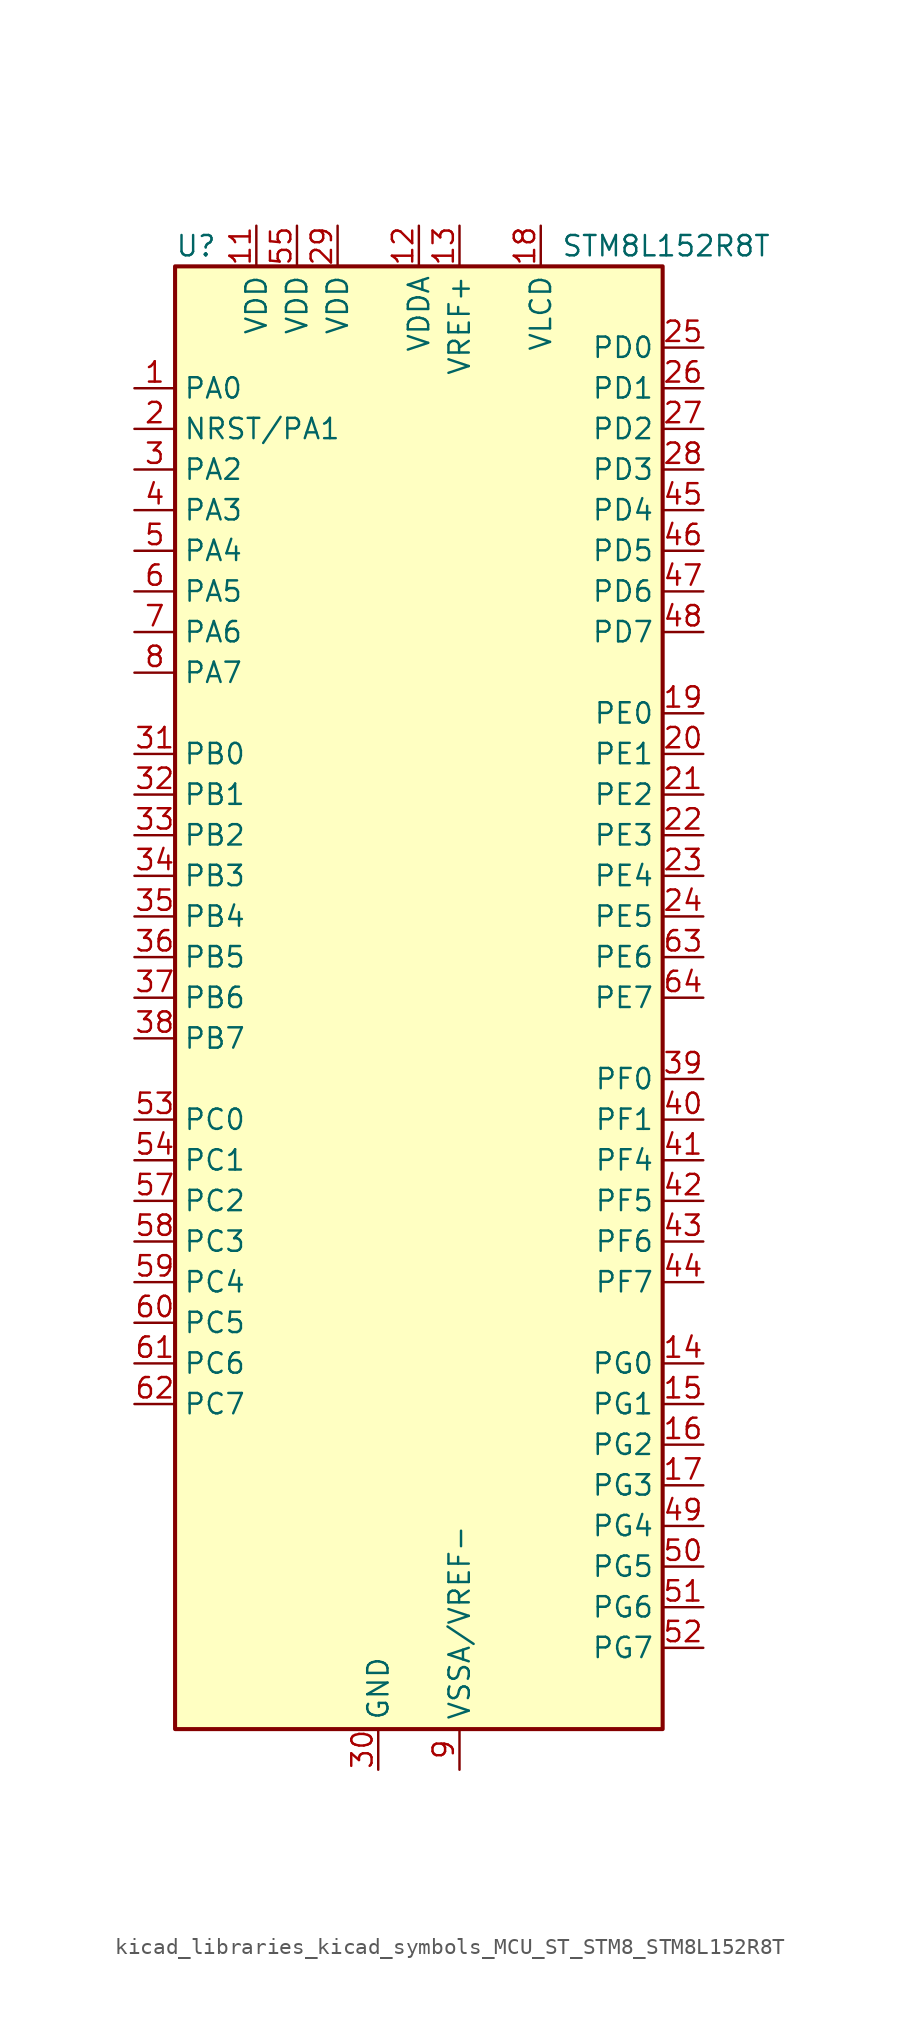
<source format=kicad_sym>
(kicad_symbol_lib
  (version 20220914)
  (generator kicad_symbol_editor)
  (symbol "kicad_libraries_kicad_symbols_MCU_ST_STM8_STM8L152R8T"
    (property "Reference" "U"
      (at -15.24 46.99 0)
      (effects (font (size 1.27 1.27)) (justify left)))
    (property "Value" "STM8L152R8T"
      (at 8.89 46.99 0)
      (effects (font (size 1.27 1.27)) (justify left)))
    (symbol "kicad_libraries_kicad_symbols_MCU_ST_STM8_STM8L152R8T_0_0"
      (pin passive line (at -2.54 -48.26 90) (length 2.54) hide (name "GND" (effects (font (size 1.27 1.27)))) (number "10" (effects (font (size 1.27 1.27)))))
      (pin bidirectional line (at 17.78 12.7 180) (length 2.54) (name "PE2" (effects (font (size 1.27 1.27)))) (number "21" (effects (font (size 1.27 1.27)))))
      (pin bidirectional line (at 17.78 10.16 180) (length 2.54) (name "PE3" (effects (font (size 1.27 1.27)))) (number "22" (effects (font (size 1.27 1.27)))))
      (pin bidirectional line (at 17.78 7.62 180) (length 2.54) (name "PE4" (effects (font (size 1.27 1.27)))) (number "23" (effects (font (size 1.27 1.27)))))
      (pin bidirectional line (at 17.78 5.08 180) (length 2.54) (name "PE5" (effects (font (size 1.27 1.27)))) (number "24" (effects (font (size 1.27 1.27)))))
      (pin bidirectional line (at 17.78 40.64 180) (length 2.54) (name "PD0" (effects (font (size 1.27 1.27)))) (number "25" (effects (font (size 1.27 1.27)))))
      (pin bidirectional line (at 17.78 38.1 180) (length 2.54) (name "PD1" (effects (font (size 1.27 1.27)))) (number "26" (effects (font (size 1.27 1.27)))))
      (pin bidirectional line (at 17.78 35.56 180) (length 2.54) (name "PD2" (effects (font (size 1.27 1.27)))) (number "27" (effects (font (size 1.27 1.27)))))
      (pin bidirectional line (at 17.78 33.02 180) (length 2.54) (name "PD3" (effects (font (size 1.27 1.27)))) (number "28" (effects (font (size 1.27 1.27)))))
      (pin power_in line (at -5.08 48.26 270) (length 2.54) (name "VDD" (effects (font (size 1.27 1.27)))) (number "29" (effects (font (size 1.27 1.27)))))
      (pin power_in line (at -2.54 -48.26 90) (length 2.54) (name "GND" (effects (font (size 1.27 1.27)))) (number "30" (effects (font (size 1.27 1.27)))))
      (pin bidirectional line (at -17.78 15.24 0) (length 2.54) (name "PB0" (effects (font (size 1.27 1.27)))) (number "31" (effects (font (size 1.27 1.27)))))
      (pin bidirectional line (at -17.78 12.7 0) (length 2.54) (name "PB1" (effects (font (size 1.27 1.27)))) (number "32" (effects (font (size 1.27 1.27)))))
      (pin bidirectional line (at -17.78 10.16 0) (length 2.54) (name "PB2" (effects (font (size 1.27 1.27)))) (number "33" (effects (font (size 1.27 1.27)))))
      (pin bidirectional line (at -17.78 7.62 0) (length 2.54) (name "PB3" (effects (font (size 1.27 1.27)))) (number "34" (effects (font (size 1.27 1.27)))))
      (pin bidirectional line (at -17.78 5.08 0) (length 2.54) (name "PB4" (effects (font (size 1.27 1.27)))) (number "35" (effects (font (size 1.27 1.27)))))
      (pin bidirectional line (at -17.78 2.54 0) (length 2.54) (name "PB5" (effects (font (size 1.27 1.27)))) (number "36" (effects (font (size 1.27 1.27)))))
      (pin bidirectional line (at -17.78 0 0) (length 2.54) (name "PB6" (effects (font (size 1.27 1.27)))) (number "37" (effects (font (size 1.27 1.27)))))
      (pin bidirectional line (at -17.78 -2.54 0) (length 2.54) (name "PB7" (effects (font (size 1.27 1.27)))) (number "38" (effects (font (size 1.27 1.27)))))
      (pin bidirectional line (at 17.78 -5.08 180) (length 2.54) (name "PF0" (effects (font (size 1.27 1.27)))) (number "39" (effects (font (size 1.27 1.27)))))
      (pin bidirectional line (at 17.78 -7.62 180) (length 2.54) (name "PF1" (effects (font (size 1.27 1.27)))) (number "40" (effects (font (size 1.27 1.27)))))
      (pin bidirectional line (at 17.78 -10.16 180) (length 2.54) (name "PF4" (effects (font (size 1.27 1.27)))) (number "41" (effects (font (size 1.27 1.27)))))
      (pin bidirectional line (at 17.78 -12.7 180) (length 2.54) (name "PF5" (effects (font (size 1.27 1.27)))) (number "42" (effects (font (size 1.27 1.27)))))
      (pin bidirectional line (at 17.78 -15.24 180) (length 2.54) (name "PF6" (effects (font (size 1.27 1.27)))) (number "43" (effects (font (size 1.27 1.27)))))
      (pin bidirectional line (at 17.78 -17.78 180) (length 2.54) (name "PF7" (effects (font (size 1.27 1.27)))) (number "44" (effects (font (size 1.27 1.27)))))
      (pin bidirectional line (at 17.78 30.48 180) (length 2.54) (name "PD4" (effects (font (size 1.27 1.27)))) (number "45" (effects (font (size 1.27 1.27)))))
      (pin bidirectional line (at 17.78 27.94 180) (length 2.54) (name "PD5" (effects (font (size 1.27 1.27)))) (number "46" (effects (font (size 1.27 1.27)))))
      (pin bidirectional line (at 17.78 25.4 180) (length 2.54) (name "PD6" (effects (font (size 1.27 1.27)))) (number "47" (effects (font (size 1.27 1.27)))))
      (pin bidirectional line (at 17.78 22.86 180) (length 2.54) (name "PD7" (effects (font (size 1.27 1.27)))) (number "48" (effects (font (size 1.27 1.27)))))
      (pin bidirectional line (at 17.78 -33.02 180) (length 2.54) (name "PG4" (effects (font (size 1.27 1.27)))) (number "49" (effects (font (size 1.27 1.27)))))
      (pin bidirectional line (at 17.78 -35.56 180) (length 2.54) (name "PG5" (effects (font (size 1.27 1.27)))) (number "50" (effects (font (size 1.27 1.27)))))
      (pin bidirectional line (at 17.78 -38.1 180) (length 2.54) (name "PG6" (effects (font (size 1.27 1.27)))) (number "51" (effects (font (size 1.27 1.27)))))
      (pin bidirectional line (at 17.78 -40.64 180) (length 2.54) (name "PG7" (effects (font (size 1.27 1.27)))) (number "52" (effects (font (size 1.27 1.27)))))
      (pin bidirectional line (at -17.78 -7.62 0) (length 2.54) (name "PC0" (effects (font (size 1.27 1.27)))) (number "53" (effects (font (size 1.27 1.27)))))
      (pin bidirectional line (at -17.78 -10.16 0) (length 2.54) (name "PC1" (effects (font (size 1.27 1.27)))) (number "54" (effects (font (size 1.27 1.27)))))
      (pin power_in line (at -7.62 48.26 270) (length 2.54) (name "VDD" (effects (font (size 1.27 1.27)))) (number "55" (effects (font (size 1.27 1.27)))))
      (pin passive line (at -2.54 -48.26 90) (length 2.54) hide (name "GND" (effects (font (size 1.27 1.27)))) (number "56" (effects (font (size 1.27 1.27)))))
      (pin bidirectional line (at -17.78 -12.7 0) (length 2.54) (name "PC2" (effects (font (size 1.27 1.27)))) (number "57" (effects (font (size 1.27 1.27)))))
      (pin bidirectional line (at -17.78 -15.24 0) (length 2.54) (name "PC3" (effects (font (size 1.27 1.27)))) (number "58" (effects (font (size 1.27 1.27)))))
      (pin bidirectional line (at -17.78 -17.78 0) (length 2.54) (name "PC4" (effects (font (size 1.27 1.27)))) (number "59" (effects (font (size 1.27 1.27)))))
      (pin bidirectional line (at -17.78 -20.32 0) (length 2.54) (name "PC5" (effects (font (size 1.27 1.27)))) (number "60" (effects (font (size 1.27 1.27)))))
      (pin bidirectional line (at -17.78 -22.86 0) (length 2.54) (name "PC6" (effects (font (size 1.27 1.27)))) (number "61" (effects (font (size 1.27 1.27)))))
      (pin bidirectional line (at -17.78 -25.4 0) (length 2.54) (name "PC7" (effects (font (size 1.27 1.27)))) (number "62" (effects (font (size 1.27 1.27)))))
      (pin bidirectional line (at 17.78 2.54 180) (length 2.54) (name "PE6" (effects (font (size 1.27 1.27)))) (number "63" (effects (font (size 1.27 1.27)))))
      (pin bidirectional line (at 17.78 0 180) (length 2.54) (name "PE7" (effects (font (size 1.27 1.27)))) (number "64" (effects (font (size 1.27 1.27))))))
    (symbol "kicad_libraries_kicad_symbols_MCU_ST_STM8_STM8L152R8T_0_1"
      (rectangle (start -15.24 45.72) (end 15.24 -45.72) (stroke (width 0.254) (type default)) (fill (type background))))
    (symbol "kicad_libraries_kicad_symbols_MCU_ST_STM8_STM8L152R8T_1_1"
      (pin bidirectional line (at -17.78 38.1 0) (length 2.54) (name "PA0" (effects (font (size 1.27 1.27)))) (number "1" (effects (font (size 1.27 1.27)))))
      (pin power_in line (at -10.16 48.26 270) (length 2.54) (name "VDD" (effects (font (size 1.27 1.27)))) (number "11" (effects (font (size 1.27 1.27)))))
      (pin power_in line (at 0 48.26 270) (length 2.54) (name "VDDA" (effects (font (size 1.27 1.27)))) (number "12" (effects (font (size 1.27 1.27)))))
      (pin power_in line (at 2.54 48.26 270) (length 2.54) (name "VREF+" (effects (font (size 1.27 1.27)))) (number "13" (effects (font (size 1.27 1.27)))))
      (pin bidirectional line (at 17.78 -22.86 180) (length 2.54) (name "PG0" (effects (font (size 1.27 1.27)))) (number "14" (effects (font (size 1.27 1.27)))))
      (pin bidirectional line (at 17.78 -25.4 180) (length 2.54) (name "PG1" (effects (font (size 1.27 1.27)))) (number "15" (effects (font (size 1.27 1.27)))))
      (pin bidirectional line (at 17.78 -27.94 180) (length 2.54) (name "PG2" (effects (font (size 1.27 1.27)))) (number "16" (effects (font (size 1.27 1.27)))))
      (pin bidirectional line (at 17.78 -30.48 180) (length 2.54) (name "PG3" (effects (font (size 1.27 1.27)))) (number "17" (effects (font (size 1.27 1.27)))))
      (pin power_in line (at 7.62 48.26 270) (length 2.54) (name "VLCD" (effects (font (size 1.27 1.27)))) (number "18" (effects (font (size 1.27 1.27)))))
      (pin bidirectional line (at 17.78 17.78 180) (length 2.54) (name "PE0" (effects (font (size 1.27 1.27)))) (number "19" (effects (font (size 1.27 1.27)))))
      (pin bidirectional line (at -17.78 35.56 0) (length 2.54) (name "NRST/PA1" (effects (font (size 1.27 1.27)))) (number "2" (effects (font (size 1.27 1.27)))))
      (pin bidirectional line (at 17.78 15.24 180) (length 2.54) (name "PE1" (effects (font (size 1.27 1.27)))) (number "20" (effects (font (size 1.27 1.27)))))
      (pin bidirectional line (at -17.78 33.02 0) (length 2.54) (name "PA2" (effects (font (size 1.27 1.27)))) (number "3" (effects (font (size 1.27 1.27)))))
      (pin bidirectional line (at -17.78 30.48 0) (length 2.54) (name "PA3" (effects (font (size 1.27 1.27)))) (number "4" (effects (font (size 1.27 1.27)))))
      (pin bidirectional line (at -17.78 27.94 0) (length 2.54) (name "PA4" (effects (font (size 1.27 1.27)))) (number "5" (effects (font (size 1.27 1.27)))))
      (pin bidirectional line (at -17.78 25.4 0) (length 2.54) (name "PA5" (effects (font (size 1.27 1.27)))) (number "6" (effects (font (size 1.27 1.27)))))
      (pin bidirectional line (at -17.78 22.86 0) (length 2.54) (name "PA6" (effects (font (size 1.27 1.27)))) (number "7" (effects (font (size 1.27 1.27)))))
      (pin bidirectional line (at -17.78 20.32 0) (length 2.54) (name "PA7" (effects (font (size 1.27 1.27)))) (number "8" (effects (font (size 1.27 1.27)))))
      (pin power_in line (at 2.54 -48.26 90) (length 2.54) (name "VSSA/VREF-" (effects (font (size 1.27 1.27)))) (number "9" (effects (font (size 1.27 1.27))))))))
</source>
